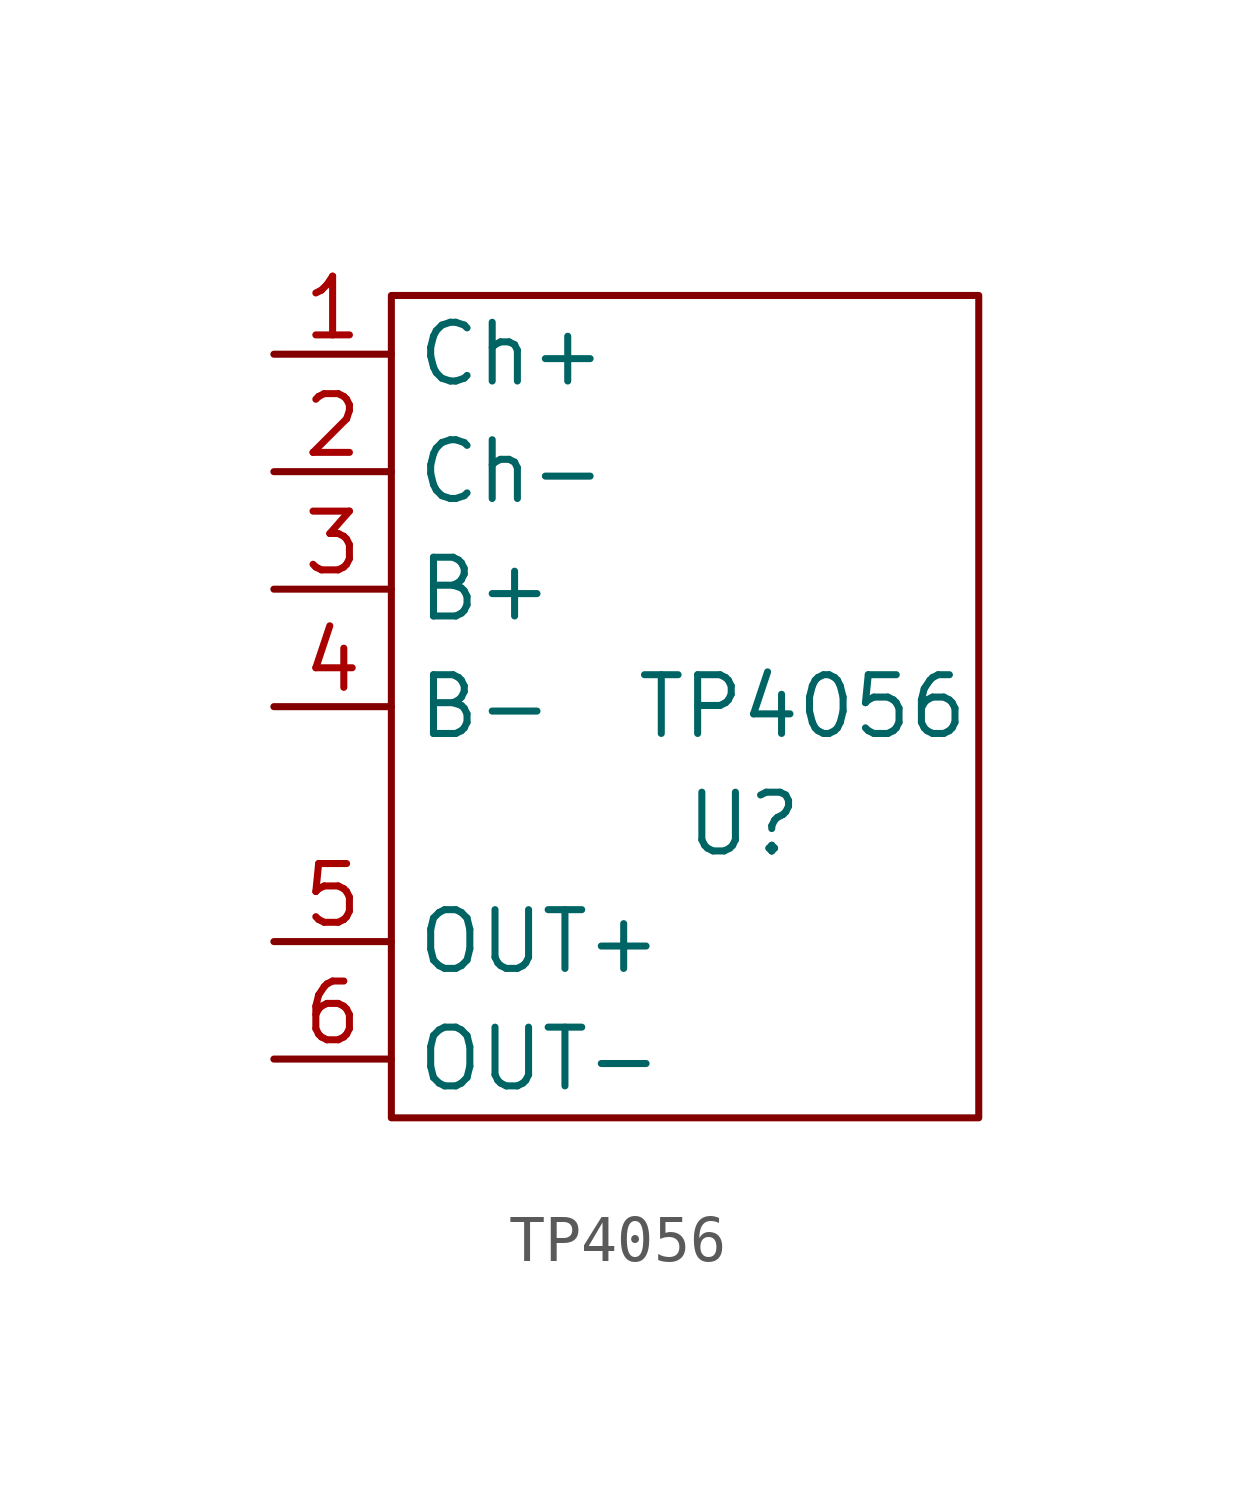
<source format=kicad_sym>
(kicad_symbol_lib
  (version 20211014)
  (generator kicad_symbol_editor)
  (symbol "TP4056"
    (property "Reference" "U"
      (at 1.27 -5.08 0)
      (effects (font (size 1.27 1.27))))
    (property "Value" "TP4056"
      (at 2.54 -2.54 0)
      (effects (font (size 1.27 1.27))))
    (symbol "TP4056_0_1"
      (rectangle (start -6.35 6.35) (end 6.35 -11.43) (stroke (width 0) (type default) (color 0 0 0 0)) (fill (type none))))
    (symbol "TP4056_1_1"
      (pin input line (at -8.89 5.08 0) (length 2.54) (name "Ch+" (effects (font (size 1.27 1.27)))) (number "1" (effects (font (size 1.27 1.27)))))
      (pin input line (at -8.89 2.54 0) (length 2.54) (name "Ch-" (effects (font (size 1.27 1.27)))) (number "2" (effects (font (size 1.27 1.27)))))
      (pin bidirectional line (at -8.89 0 0) (length 2.54) (name "B+" (effects (font (size 1.27 1.27)))) (number "3" (effects (font (size 1.27 1.27)))))
      (pin bidirectional line (at -8.89 -2.54 0) (length 2.54) (name "B-" (effects (font (size 1.27 1.27)))) (number "4" (effects (font (size 1.27 1.27)))))
      (pin output line (at -8.89 -7.62 0) (length 2.54) (name "OUT+" (effects (font (size 1.27 1.27)))) (number "5" (effects (font (size 1.27 1.27)))))
      (pin output line (at -8.89 -10.16 0) (length 2.54) (name "OUT-" (effects (font (size 1.27 1.27)))) (number "6" (effects (font (size 1.27 1.27))))))))
</source>
